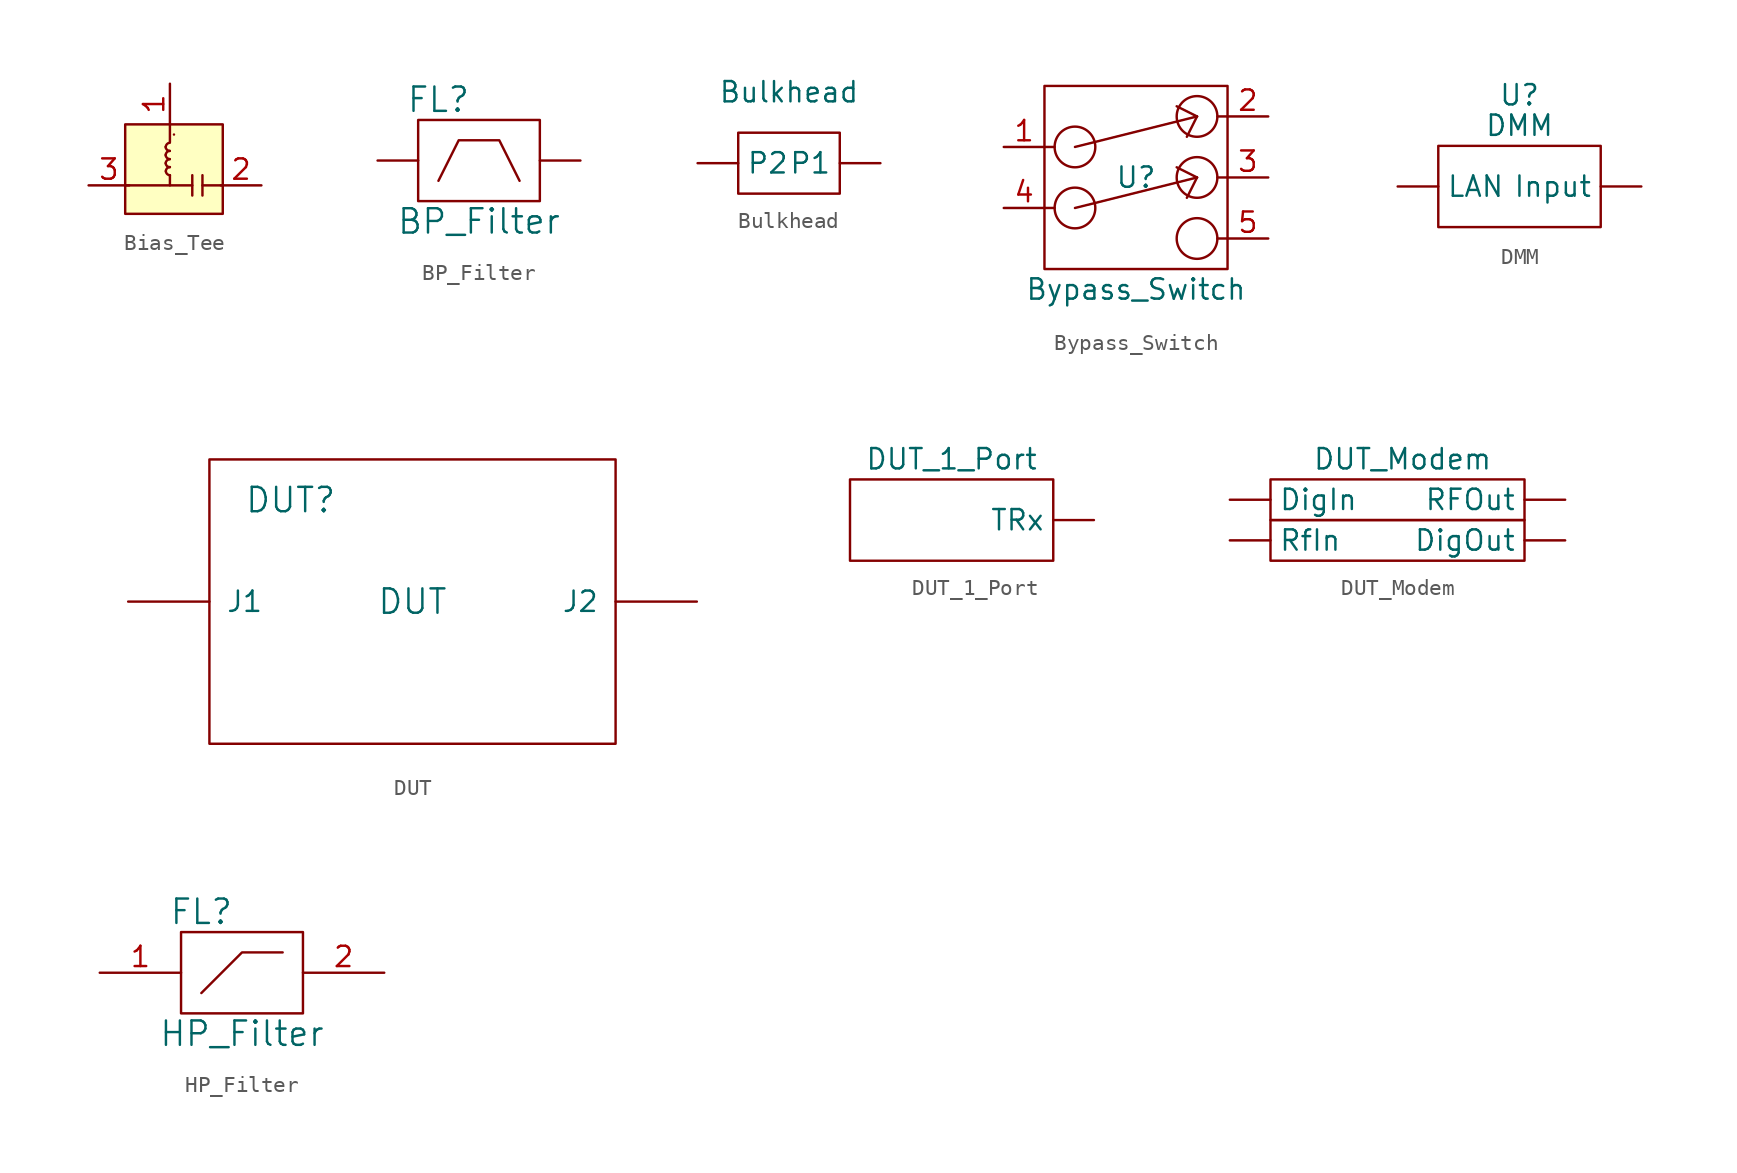
<source format=kicad_sym>
(kicad_symbol_lib
  (version 20211014)
  (generator kicad_symbol_editor)
  (symbol "Bias_Tee"
    (pin_names hide)
    (property "Reference" "U"
      (at 5.588 7.874 0)
      (effects (font (size 1.27 1.27)) hide))
    (symbol "Bias_Tee_0_1"
      (polyline (pts (xy 5.08 0.635) (xy 5.08 0)) (stroke (width 0) (type default) (color 0 0 0 0)) (fill (type none)))
      (polyline (pts (xy 5.08 3.81) (xy 5.08 2.692)) (stroke (width 0) (type default) (color 0 0 0 0)) (fill (type none)))
      (polyline (pts (xy 6.477 0) (xy 2.286 0)) (stroke (width 0) (type default) (color 0 0 0 0)) (fill (type none)))
      (polyline (pts (xy 6.477 0.635) (xy 6.477 -0.635)) (stroke (width 0) (type default) (color 0 0 0 0)) (fill (type none)))
      (polyline (pts (xy 7.112 0.635) (xy 7.112 -0.635)) (stroke (width 0) (type default) (color 0 0 0 0)) (fill (type none)))
      (polyline (pts (xy 8.382 0) (xy 7.112 0)) (stroke (width 0) (type default) (color 0 0 0 0)) (fill (type none)))
      (rectangle (start 2.286 3.81) (end 8.382 -1.778) (stroke (width 0) (type default) (color 0 0 0 0)) (fill (type background)))
      (arc (start 4.8175 1.3885) (mid 4.8943 1.2113) (end 5.0715 1.1345) (stroke (width 0) (type default) (color 0 0 0 0)) (fill (type none)))
      (arc (start 4.8175 1.8965) (mid 4.8943 1.7193) (end 5.0715 1.6425) (stroke (width 0) (type default) (color 0 0 0 0)) (fill (type none)))
      (arc (start 4.8175 2.4045) (mid 4.8943 2.2273) (end 5.0715 2.1505) (stroke (width 0) (type default) (color 0 0 0 0)) (fill (type none)))
      (arc (start 4.826 0.889) (mid 4.9028 0.7118) (end 5.08 0.635) (stroke (width 0) (type default) (color 0 0 0 0)) (fill (type none)))
      (arc (start 5.0715 1.6425) (mid 4.8947 1.5653) (end 4.8175 1.3885) (stroke (width 0) (type default) (color 0 0 0 0)) (fill (type none)))
      (arc (start 5.0715 2.1505) (mid 4.8947 2.0733) (end 4.8175 1.8965) (stroke (width 0) (type default) (color 0 0 0 0)) (fill (type none)))
      (arc (start 5.0715 2.6585) (mid 4.8947 2.5813) (end 4.8175 2.4045) (stroke (width 0) (type default) (color 0 0 0 0)) (fill (type none)))
      (arc (start 5.08 1.143) (mid 4.9032 1.0658) (end 4.826 0.889) (stroke (width 0) (type default) (color 0 0 0 0)) (fill (type none)))
      (arc (start 5.334 3.175) (mid 5.334 3.175) (end 5.334 3.175) (stroke (width 0) (type default) (color 0 0 0 0)) (fill (type none))))
    (symbol "Bias_Tee_1_1"
      (pin input line (at 5.08 6.35 270) (length 2.54) (name "" (effects (font (size 1.27 1.27)))) (number "1" (effects (font (size 1.27 1.27)))))
      (pin bidirectional line (at 10.795 0 180) (length 2.54) (name "RF" (effects (font (size 1.27 1.27)))) (number "2" (effects (font (size 1.27 1.27)))))
      (pin bidirectional line (at 0 0 0) (length 2.54) (name "RF+DC" (effects (font (size 1.27 1.27)))) (number "3" (effects (font (size 1.27 1.27)))))))
  (symbol "BP_Filter"
    (pin_names
      (offset 1.016))
    (property "Reference" "FL"
      (at -2.54 3.81 0)
      (effects (font (size 1.524 1.524))))
    (property "Value" "BP_Filter"
      (at 0 -3.81 0)
      (effects (font (size 1.524 1.524))))
    (property "Footprint" ""
      (at 0 0 0)
      (effects (font (size 1.524 1.524))))
    (property "Datasheet" ""
      (at 0 0 0)
      (effects (font (size 1.524 1.524))))
    (symbol "BP_Filter_0_1"
      (rectangle (start -3.81 -2.54) (end 3.81 2.54) (stroke (width 0) (type default) (color 0 0 0 0)) (fill (type none)))
      (polyline (pts (xy -2.54 -1.27) (xy -1.27 1.27) (xy 1.27 1.27) (xy 2.54 -1.27)) (stroke (width 0) (type default) (color 0 0 0 0)) (fill (type none))))
    (symbol "BP_Filter_1_1"
      (pin input line (at -6.35 0 0) (length 2.54) (name "~" (effects (font (size 1.27 1.27)))) (number "~" (effects (font (size 1.27 1.27)))))
      (pin input line (at 6.35 0 180) (length 2.54) (name "~" (effects (font (size 1.27 1.27)))) (number "~" (effects (font (size 1.27 1.27)))))))
  (symbol "Bulkhead"
    (property "Reference" "U"
      (at 0 4.445 0)
      (effects (font (size 1.27 1.27)) hide))
    (property "Value" "Bulkhead"
      (at 0 4.445 0)
      (effects (font (size 1.27 1.27))))
    (symbol "Bulkhead_0_1"
      (rectangle (start 3.175 -1.905) (end -3.175 1.905) (stroke (width 0) (type default) (color 0 0 0 0)) (fill (type none))))
    (symbol "Bulkhead_1_1"
      (pin input line (at 5.715 0 180) (length 2.54) (name "P1" (effects (font (size 1.27 1.27)))) (number "" (effects (font (size 1.27 1.27)))))
      (pin input line (at -5.715 0 0) (length 2.54) (name "P2" (effects (font (size 1.27 1.27)))) (number "" (effects (font (size 1.27 1.27)))))))
  (symbol "Bypass_Switch"
    (pin_names hide)
    (property "Reference" "U"
      (at 0 0 0)
      (effects (font (size 1.27 1.27))))
    (property "Value" "Bypass_Switch"
      (at 0 -6.985 0)
      (effects (font (size 1.27 1.27))))
    (symbol "Bypass_Switch_0_1"
      (rectangle (start -5.715 5.715) (end 5.715 -5.715) (stroke (width 0) (type default) (color 0 0 0 0)) (fill (type none)))
      (circle (center -3.81 -1.905) (radius 1.27) (stroke (width 0) (type default) (color 0 0 0 0)) (fill (type none)))
      (circle (center -3.81 1.905) (radius 1.27) (stroke (width 0) (type default) (color 0 0 0 0)) (fill (type none)))
      (polyline (pts (xy -5.715 -1.905) (xy -5.08 -1.905)) (stroke (width 0) (type default) (color 0 0 0 0)) (fill (type none)))
      (polyline (pts (xy -5.715 1.905) (xy -5.08 1.905)) (stroke (width 0) (type default) (color 0 0 0 0)) (fill (type none)))
      (polyline (pts (xy -3.81 -1.905) (xy 3.81 0)) (stroke (width 0) (type default) (color 0 0 0 0)) (fill (type none)))
      (polyline (pts (xy -3.81 1.905) (xy 3.81 3.81)) (stroke (width 0) (type default) (color 0 0 0 0)) (fill (type none)))
      (polyline (pts (xy 3.81 0) (xy 2.54 0.635)) (stroke (width 0) (type default) (color 0 0 0 0)) (fill (type none)))
      (polyline (pts (xy 3.81 0) (xy 3.175 -1.27)) (stroke (width 0) (type default) (color 0 0 0 0)) (fill (type none)))
      (polyline (pts (xy 3.81 3.81) (xy 2.54 4.445)) (stroke (width 0) (type default) (color 0 0 0 0)) (fill (type none)))
      (polyline (pts (xy 3.81 3.81) (xy 3.175 2.54)) (stroke (width 0) (type default) (color 0 0 0 0)) (fill (type none)))
      (polyline (pts (xy 5.715 -3.81) (xy 5.08 -3.81)) (stroke (width 0) (type default) (color 0 0 0 0)) (fill (type none)))
      (polyline (pts (xy 5.715 0) (xy 5.08 0)) (stroke (width 0) (type default) (color 0 0 0 0)) (fill (type none)))
      (polyline (pts (xy 5.715 3.81) (xy 5.08 3.81)) (stroke (width 0) (type default) (color 0 0 0 0)) (fill (type none)))
      (circle (center 3.81 -3.81) (radius 1.27) (stroke (width 0) (type default) (color 0 0 0 0)) (fill (type none)))
      (circle (center 3.81 0) (radius 1.27) (stroke (width 0) (type default) (color 0 0 0 0)) (fill (type none)))
      (circle (center 3.81 3.81) (radius 1.27) (stroke (width 0) (type default) (color 0 0 0 0)) (fill (type none))))
    (symbol "Bypass_Switch_1_1"
      (pin input line (at -8.255 1.905 0) (length 2.54) (name "In" (effects (font (size 1.27 1.27)))) (number "1" (effects (font (size 1.27 1.27)))))
      (pin output line (at 8.255 3.81 180) (length 2.54) (name "Byp_Out" (effects (font (size 1.27 1.27)))) (number "2" (effects (font (size 1.27 1.27)))))
      (pin output line (at 8.255 0 180) (length 2.54) (name "Out" (effects (font (size 1.27 1.27)))) (number "3" (effects (font (size 1.27 1.27)))))
      (pin input line (at -8.255 -1.905 0) (length 2.54) (name "Byp_In" (effects (font (size 1.27 1.27)))) (number "4" (effects (font (size 1.27 1.27)))))
      (pin passive line (at 8.255 -3.81 180) (length 2.54) (name "Load" (effects (font (size 1.27 1.27)))) (number "5" (effects (font (size 1.27 1.27)))))))
  (symbol "DMM"
    (property "Reference" "U"
      (at 0 5.715 0)
      (effects (font (size 1.27 1.27))))
    (property "Value" "DMM"
      (at 0 3.81 0)
      (effects (font (size 1.27 1.27))))
    (symbol "DMM_0_1"
      (rectangle (start -5.08 2.54) (end 5.08 -2.54) (stroke (width 0) (type default) (color 0 0 0 0)) (fill (type none))))
    (symbol "DMM_1_1"
      (pin bidirectional line (at 7.62 0 180) (length 2.54) (name "Input" (effects (font (size 1.27 1.27)))) (number "" (effects (font (size 1.27 1.27)))))
      (pin bidirectional line (at -7.62 0 0) (length 2.54) (name "LAN" (effects (font (size 1.27 1.27)))) (number "" (effects (font (size 1.27 1.27)))))))
  (symbol "DUT"
    (pin_names
      (offset 1.016))
    (property "Reference" "DUT"
      (at -7.62 6.35 0)
      (effects (font (size 1.524 1.524))))
    (property "Value" "DUT"
      (at 0 0 0)
      (effects (font (size 1.524 1.524))))
    (property "Footprint" ""
      (at 0 0 0)
      (effects (font (size 1.524 1.524))))
    (property "Datasheet" ""
      (at 0 0 0)
      (effects (font (size 1.524 1.524))))
    (symbol "DUT_0_1"
      (rectangle (start -12.7 8.89) (end 12.7 -8.89) (stroke (width 0) (type default) (color 0 0 0 0)) (fill (type none))))
    (symbol "DUT_1_1"
      (pin input line (at -17.78 0 0) (length 5.08) (name "J1" (effects (font (size 1.27 1.27)))) (number "~" (effects (font (size 1.27 1.27)))))
      (pin input line (at 17.78 0 180) (length 5.08) (name "J2" (effects (font (size 1.27 1.27)))) (number "~" (effects (font (size 1.27 1.27)))))))
  (symbol "DUT_1_Port"
    (property "Reference" "U"
      (at 0 0 0)
      (effects (font (size 1.27 1.27)) hide))
    (property "Value" "DUT_1_Port"
      (at 0 3.81 0)
      (effects (font (size 1.27 1.27))))
    (symbol "DUT_1_Port_0_1"
      (rectangle (start -6.35 2.54) (end 6.35 -2.54) (stroke (width 0) (type default) (color 0 0 0 0)) (fill (type none))))
    (symbol "DUT_1_Port_1_1"
      (pin bidirectional line (at 8.89 0 180) (length 2.54) (name "TRx" (effects (font (size 1.27 1.27)))) (number "" (effects (font (size 1.27 1.27)))))))
  (symbol "DUT_Modem"
    (property "Reference" "U"
      (at 0 3.175 0)
      (effects (font (size 1.27 1.27)) hide))
    (property "Value" "DUT_Modem"
      (at 0 2.54 0)
      (effects (font (size 1.27 1.27))))
    (symbol "DUT_Modem_0_1"
      (rectangle (start -8.255 -1.27) (end 7.62 -3.81) (stroke (width 0) (type default) (color 0 0 0 0)) (fill (type none)))
      (rectangle (start -8.255 1.27) (end 7.62 -1.27) (stroke (width 0) (type default) (color 0 0 0 0)) (fill (type none))))
    (symbol "DUT_Modem_1_1"
      (pin input line (at -10.795 0 0) (length 2.54) (name "DigIn" (effects (font (size 1.27 1.27)))) (number "" (effects (font (size 1.27 1.27)))))
      (pin output line (at 10.16 -2.54 180) (length 2.54) (name "DigOut" (effects (font (size 1.27 1.27)))) (number "" (effects (font (size 1.27 1.27)))))
      (pin output line (at 10.16 0 180) (length 2.54) (name "RFOut" (effects (font (size 1.27 1.27)))) (number "" (effects (font (size 1.27 1.27)))))
      (pin input line (at -10.795 -2.54 0) (length 2.54) (name "RfIn" (effects (font (size 1.27 1.27)))) (number "" (effects (font (size 1.27 1.27)))))))
  (symbol "HP_Filter"
    (pin_names
      (offset 1.016))
    (property "Reference" "FL"
      (at -2.54 3.81 0)
      (effects (font (size 1.524 1.524))))
    (property "Value" "HP_Filter"
      (at 0 -3.81 0)
      (effects (font (size 1.524 1.524))))
    (property "Footprint" ""
      (at 0 0 0)
      (effects (font (size 1.524 1.524))))
    (property "Datasheet" ""
      (at 0 0 0)
      (effects (font (size 1.524 1.524))))
    (symbol "HP_Filter_0_1"
      (rectangle (start -3.81 -2.54) (end 3.81 2.54) (stroke (width 0) (type default) (color 0 0 0 0)) (fill (type none)))
      (polyline (pts (xy 2.54 1.27) (xy 0 1.27) (xy -2.54 -1.27)) (stroke (width 0) (type default) (color 0 0 0 0)) (fill (type none))))
    (symbol "HP_Filter_1_1"
      (pin input line (at -8.89 0 0) (length 5.08) (name "~" (effects (font (size 1.27 1.27)))) (number "1" (effects (font (size 1.27 1.27)))))
      (pin input line (at 8.89 0 180) (length 5.08) (name "~" (effects (font (size 1.27 1.27)))) (number "2" (effects (font (size 1.27 1.27))))))))
</source>
